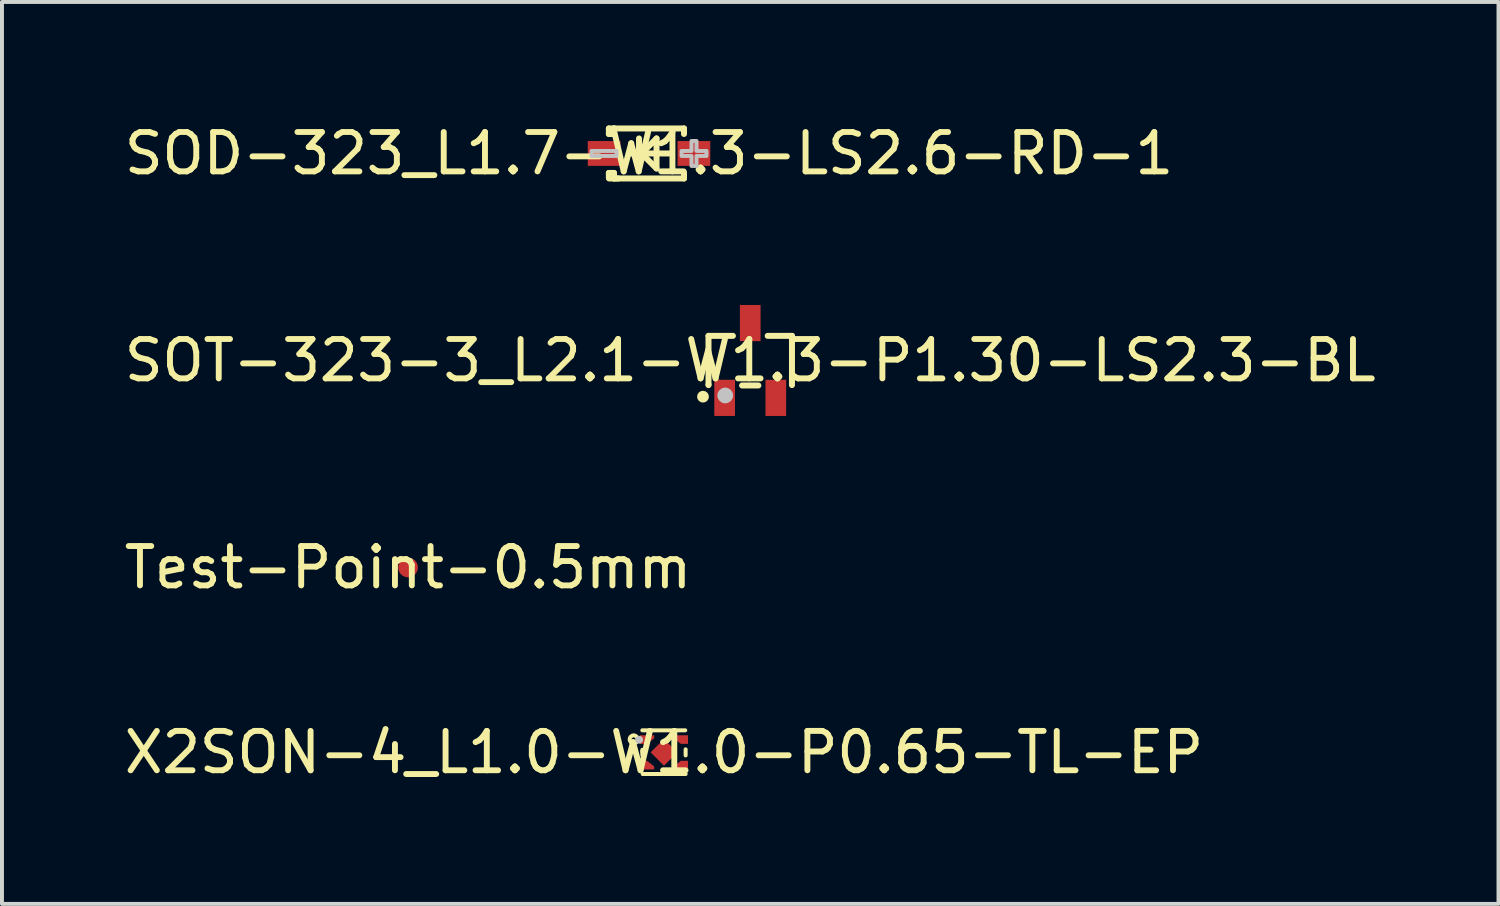
<source format=kicad_pcb>
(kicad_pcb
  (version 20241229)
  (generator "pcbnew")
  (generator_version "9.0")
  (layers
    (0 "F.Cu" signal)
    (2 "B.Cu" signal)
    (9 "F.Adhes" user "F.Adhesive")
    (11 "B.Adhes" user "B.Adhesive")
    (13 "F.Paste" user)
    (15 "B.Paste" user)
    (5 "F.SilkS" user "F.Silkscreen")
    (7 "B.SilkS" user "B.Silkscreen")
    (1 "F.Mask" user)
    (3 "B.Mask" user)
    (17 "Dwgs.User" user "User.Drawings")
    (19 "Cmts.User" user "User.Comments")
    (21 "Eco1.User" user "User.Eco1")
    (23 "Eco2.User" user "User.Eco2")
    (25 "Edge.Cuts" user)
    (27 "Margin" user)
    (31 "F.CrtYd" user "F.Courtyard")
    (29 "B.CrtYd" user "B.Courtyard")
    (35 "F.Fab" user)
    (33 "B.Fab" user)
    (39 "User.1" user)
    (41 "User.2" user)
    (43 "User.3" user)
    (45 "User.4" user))
  (footprint "Test-Point-0.5mm"
    (layer "F.Cu")
    (at 7.315 11.364)
    (property "Reference" "Test-Point-0.5mm" (at 0 0 0) (layer "F.SilkS") (effects (font (size 1 1) (thickness 0.15))))
    (pad "1" smd circle (at 0 0) (size 0.5 0.5) (layers "F.Cu" "F.Mask" "F.Paste")))
  (footprint "SOD-323_L1.7-W1.3-LS2.6-RD-1"
    (layer "F.Cu")
    (at 13.435 0.848)
    (property "Reference" "SOD-323_L1.7-W1.3-LS2.6-RD-1" (at 0 0 0) (layer "F.SilkS") (effects (font (size 1 1) (thickness 0.15))))
    (fp_line (start -1.02 -0.635) (end -1.02 -0.495) (stroke (width 0.152) (type default)) (layer "F.SilkS"))
    (fp_line (start -1.02 -0.495) (end -0.889 -0.495) (stroke (width 0.152) (type default)) (layer "F.SilkS"))
    (fp_line (start -1.02 0.495) (end -1.02 0.62) (stroke (width 0.152) (type default)) (layer "F.SilkS"))
    (fp_line (start -1.02 0.495) (end -0.889 0.495) (stroke (width 0.152) (type default)) (layer "F.SilkS"))
    (fp_line (start -0.889 -0.635) (end -1.02 -0.635) (stroke (width 0.152) (type default)) (layer "F.SilkS"))
    (fp_line (start -0.889 -0.635) (end -0.889 -0.595) (stroke (width 0.152) (type default)) (layer "F.SilkS"))
    (fp_line (start -0.889 -0.635) (end 0.889 -0.635) (stroke (width 0.152) (type default)) (layer "F.SilkS"))
    (fp_line (start -0.889 -0.495) (end -0.889 -0.635) (stroke (width 0.152) (type default)) (layer "F.SilkS"))
    (fp_line (start -0.889 0.595) (end -0.889 0.495) (stroke (width 0.152) (type default)) (layer "F.SilkS"))
    (fp_line (start -0.889 0.595) (end -0.889 0.635) (stroke (width 0.152) (type default)) (layer "F.SilkS"))
    (fp_line (start -0.889 0.635) (end 0.889 0.635) (stroke (width 0.152) (type default)) (layer "F.SilkS"))
    (fp_line (start -0.775 0.635) (end -1.014 0.635) (stroke (width 0.152) (type default)) (layer "F.SilkS"))
    (fp_line (start -0.254 -0.381) (end -0.254 0.381) (stroke (width 0.152) (type default)) (layer "F.SilkS"))
    (fp_line (start -0.191 0) (end 0.191 -0.381) (stroke (width 0.152) (type default)) (layer "F.SilkS"))
    (fp_line (start 0.191 -0.381) (end 0.191 0.381) (stroke (width 0.152) (type default)) (layer "F.SilkS"))
    (fp_line (start 0.191 0.381) (end -0.191 0) (stroke (width 0.152) (type default)) (layer "F.SilkS"))
    (fp_line (start 0.508 0) (end -0.508 0) (stroke (width 0.152) (type default)) (layer "F.SilkS"))
    (fp_line (start 0.889 -0.635) (end 0.889 -0.495) (stroke (width 0.152) (type default)) (layer "F.SilkS"))
    (fp_line (start 0.889 0.495) (end 0.889 0.635) (stroke (width 0.152) (type default)) (layer "F.SilkS"))
    (fp_poly (pts (xy -1.46 -0.064) (xy -1.46 0.064) (xy -0.826 0.064) (xy -0.826 -0.064)) (stroke (width 0.1) (type default)) (fill no) (layer "Dwgs.User"))
    (fp_poly (pts (xy 0.826 -0.064) (xy 0.826 0.064) (xy 1.079 0.064) (xy 1.079 0.318) (xy 1.206 0.318) (xy 1.206 0.064) (xy 1.46 0.064) (xy 1.46 -0.064) (xy 1.206 -0.064) (xy 1.206 -0.318) (xy 1.079 -0.318) (xy 1.079 -0.064)) (stroke (width 0.1) (type default)) (fill no) (layer "Dwgs.User"))
    (fp_poly (pts (xy -0.972 -0.16) (xy -0.972 0.16) (xy -0.812 0.16) (xy -0.812 -0.16)) (stroke (width 0.1) (type default)) (fill no) (layer "User.1"))
    (fp_poly (pts (xy -0.95 -0.163) (xy -0.95 0.163) (xy -1.3 0.163) (xy -1.3 -0.163)) (stroke (width 0.1) (type default)) (fill no) (layer "User.1"))
    (fp_poly (pts (xy 0.972 0.16) (xy 0.972 -0.16) (xy 0.812 -0.16) (xy 0.812 0.16)) (stroke (width 0.1) (type default)) (fill no) (layer "User.1"))
    (fp_poly (pts (xy 1.3 -0.163) (xy 1.3 0.163) (xy 0.95 0.163) (xy 0.95 -0.163)) (stroke (width 0.1) (type default)) (fill no) (layer "User.1"))
    (fp_line (start -0.85 -0.65) (end 0.85 -0.65) (stroke (width 0.051) (type default)) (layer "User.2"))
    (fp_line (start -0.85 0.65) (end -0.85 -0.65) (stroke (width 0.051) (type default)) (layer "User.2"))
    (fp_line (start 0.85 -0.65) (end 0.85 0.65) (stroke (width 0.051) (type default)) (layer "User.2"))
    (fp_line (start 0.85 0.65) (end -0.85 0.65) (stroke (width 0.051) (type default)) (layer "User.2"))
    (fp_poly (pts (xy -1.24 0.65) (xy -1.258 0.608) (xy -1.3 0.59) (xy -1.342 0.608) (xy -1.36 0.65) (xy -1.342 0.692) (xy -1.3 0.71) (xy -1.258 0.692)) (stroke (width 0.1) (type default)) (fill no) (layer "User.3"))
    (pad "1" smd rect (at -1.14 0 90) (size 0.63 0.83) (layers "F.Cu" "F.Mask" "F.Paste"))
    (pad "2" smd rect (at 1.14 0 90) (size 0.63 0.83) (layers "F.Cu" "F.Mask" "F.Paste")))
  (footprint "X2SON-4_L1.0-W1.0-P0.65-TL-EP"
    (layer "F.Cu")
    (at 13.815 16.06)
    (property "Reference" "X2SON-4_L1.0-W1.0-P0.65-TL-EP" (at 0 0 0) (layer "F.SilkS") (effects (font (size 1 1) (thickness 0.15))))
    (fp_line (start -0.55 -0.56) (end 0.54 -0.56) (stroke (width 0.102) (type default)) (layer "F.SilkS"))
    (fp_line (start -0.55 -0.02) (end -0.55 -0.065) (stroke (width 0.102) (type default)) (layer "F.SilkS"))
    (fp_line (start -0.55 -0.02) (end -0.55 0.065) (stroke (width 0.102) (type default)) (layer "F.SilkS"))
    (fp_line (start -0.37 0.55) (end -0.54 0.55) (stroke (width 0.102) (type default)) (layer "F.SilkS"))
    (fp_line (start -0.37 0.55) (end 0.55 0.55) (stroke (width 0.102) (type default)) (layer "F.SilkS"))
    (fp_line (start 0.55 -0.077) (end 0.55 0.077) (stroke (width 0.102) (type default)) (layer "F.SilkS"))
    (fp_circle (center -0.77 -0.33) (end -0.72 -0.33) (stroke (width 0.102) (type default)) (fill no) (layer "F.SilkS"))
    (fp_circle (center -0.63 -0.32) (end -0.58 -0.32) (stroke (width 0.1) (type default)) (fill no) (layer "Dwgs.User"))
    (fp_line (start 0.5 0.435) (end 0.49 0.435) (stroke (width 0.254) (type default)) (layer "User.1"))
    (fp_poly (pts (xy -0.34 0) (xy 0 -0.34) (xy 0.34 0) (xy 0 0.339)) (stroke (width 0.1) (type default)) (fill no) (layer "User.1"))
    (fp_poly (pts (xy -0.5 -0.425) (xy -0.5 -0.215) (xy -0.43 -0.215) (xy -0.25 -0.355) (xy -0.25 -0.435) (xy -0.5 -0.435)) (stroke (width 0.1) (type default)) (fill no) (layer "User.1"))
    (fp_poly (pts (xy 0.25 0.435) (xy 0.25 0.355) (xy 0.43 0.215) (xy 0.5 0.215) (xy 0.5 0.325) (xy 0.5 0.425) (xy 0.5 0.435)) (stroke (width 0.1) (type default)) (fill no) (layer "User.1"))
    (fp_poly (pts (xy 0.5 -0.435) (xy 0.5 -0.315) (xy 0.5 -0.215) (xy 0.43 -0.215) (xy 0.25 -0.355) (xy 0.25 -0.435) (xy 0.49 -0.435)) (stroke (width 0.1) (type default)) (fill no) (layer "User.1"))
    (fp_poly (pts (xy -0.5 0.415) (xy -0.5 0.335) (xy -0.5 0.215) (xy -0.43 0.215) (xy -0.25 0.355) (xy -0.25 0.435) (xy -0.5 0.435) (xy -0.5 0.425)) (stroke (width 0.1) (type default)) (fill no) (layer "User.1"))
    (fp_line (start -0.5 -0.5) (end 0.5 -0.5) (stroke (width 0.051) (type default)) (layer "User.2"))
    (fp_line (start -0.5 0.5) (end -0.5 -0.5) (stroke (width 0.051) (type default)) (layer "User.2"))
    (fp_line (start 0.5 -0.5) (end 0.5 0.5) (stroke (width 0.051) (type default)) (layer "User.2"))
    (fp_line (start 0.5 0.5) (end -0.5 0.5) (stroke (width 0.051) (type default)) (layer "User.2"))
    (fp_poly (pts (xy -0.44 -0.5) (xy -0.458 -0.542) (xy -0.5 -0.56) (xy -0.542 -0.542) (xy -0.56 -0.5) (xy -0.542 -0.458) (xy -0.5 -0.44) (xy -0.458 -0.458)) (stroke (width 0.1) (type default)) (fill no) (layer "User.3"))
    (pad "1" smd custom (at -0.43 -0.325) (size 0.000001 0.000001) (layers "F.Cu" "F.Mask" "F.Paste") (options (anchor circle)) (primitives (gr_poly (pts (xy -0.18 -0.11) (xy -0.18 0.11) (xy 0 0.11) (xy 0.18 -0.03) (xy 0.18 -0.11)) (width 0) (fill yes))))
    (pad "2" smd custom (at -0.43 0.325) (size 0.000001 0.000001) (layers "F.Cu" "F.Mask" "F.Paste") (options (anchor circle)) (primitives (gr_poly (pts (xy -0.18 0.11) (xy -0.18 -0.11) (xy 0 -0.11) (xy 0.18 0.03) (xy 0.18 0.11)) (width 0) (fill yes))))
    (pad "3" smd custom (at 0.43 0.325) (size 0.000001 0.000001) (layers "F.Cu" "F.Mask" "F.Paste") (options (anchor circle)) (primitives (gr_poly (pts (xy 0.18 0.11) (xy 0.18 -0.11) (xy 0 -0.11) (xy -0.18 0.03) (xy -0.18 0.11)) (width 0) (fill yes))))
    (pad "4" smd custom (at 0.43 -0.325) (size 0.000001 0.000001) (layers "F.Cu" "F.Mask" "F.Paste") (options (anchor circle)) (primitives (gr_poly (pts (xy 0.18 -0.11) (xy 0.18 0.11) (xy 0 0.11) (xy -0.18 -0.03) (xy -0.18 -0.11)) (width 0) (fill yes))))
    (pad "5" smd rect (at 0 0 45) (size 0.48 0.48) (layers "F.Cu" "F.Mask" "F.Paste")))
  (footprint "SOT-323-3_L2.1-W1.3-P1.30-LS2.3-BL"
    (layer "F.Cu")
    (at 16.006 6.106)
    (property "Reference" "SOT-323-3_L2.1-W1.3-P1.30-LS2.3-BL" (at 0 0 0) (layer "F.SilkS") (effects (font (size 1 1) (thickness 0.15))))
    (fp_line (start -1.06 -0.625) (end -1.06 0.615) (stroke (width 0.152) (type default)) (layer "F.SilkS"))
    (fp_line (start -1.06 0.615) (end -1.06 0.625) (stroke (width 0.152) (type default)) (layer "F.SilkS"))
    (fp_line (start -0.44 -0.625) (end -1.06 -0.625) (stroke (width 0.152) (type default)) (layer "F.SilkS"))
    (fp_line (start -0.207 0.635) (end 0.207 0.635) (stroke (width 0.152) (type default)) (layer "F.SilkS"))
    (fp_line (start 1.06 -0.625) (end 0.443 -0.625) (stroke (width 0.152) (type default)) (layer "F.SilkS"))
    (fp_line (start 1.06 -0.625) (end 1.06 0.625) (stroke (width 0.152) (type default)) (layer "F.SilkS"))
    (fp_circle (center -1.2 0.92) (end -1.125 0.92) (stroke (width 0.15) (type default)) (fill no) (layer "F.SilkS"))
    (fp_circle (center -0.635 0.889) (end -0.535 0.889) (stroke (width 0.2) (type default)) (fill no) (layer "Dwgs.User"))
    (fp_poly (pts (xy -0.5 0.795) (xy -0.5 0.62) (xy -0.8 0.62) (xy -0.8 0.795)) (stroke (width 0.1) (type default)) (fill no) (layer "User.1"))
    (fp_poly (pts (xy -0.5 1.15) (xy -0.5 0.785) (xy -0.8 0.785) (xy -0.8 1.15)) (stroke (width 0.1) (type default)) (fill no) (layer "User.1"))
    (fp_poly (pts (xy 0.15 -1.15) (xy 0.15 -0.785) (xy -0.15 -0.785) (xy -0.15 -1.15)) (stroke (width 0.1) (type default)) (fill no) (layer "User.1"))
    (fp_poly (pts (xy 0.15 -0.795) (xy 0.15 -0.62) (xy -0.15 -0.62) (xy -0.15 -0.795)) (stroke (width 0.1) (type default)) (fill no) (layer "User.1"))
    (fp_poly (pts (xy 0.8 0.795) (xy 0.8 0.62) (xy 0.5 0.62) (xy 0.5 0.795)) (stroke (width 0.1) (type default)) (fill no) (layer "User.1"))
    (fp_poly (pts (xy 0.8 1.15) (xy 0.8 0.785) (xy 0.5 0.785) (xy 0.5 1.15)) (stroke (width 0.1) (type default)) (fill no) (layer "User.1"))
    (fp_line (start -1.05 -0.625) (end -1.05 0.625) (stroke (width 0.051) (type default)) (layer "User.2"))
    (fp_line (start -1.05 0.625) (end 1.05 0.625) (stroke (width 0.051) (type default)) (layer "User.2"))
    (fp_line (start 1.05 -0.625) (end -1.05 -0.625) (stroke (width 0.051) (type default)) (layer "User.2"))
    (fp_line (start 1.05 0.625) (end 1.05 -0.625) (stroke (width 0.051) (type default)) (layer "User.2"))
    (fp_poly (pts (xy -0.99 1.15) (xy -1.008 1.108) (xy -1.05 1.09) (xy -1.092 1.108) (xy -1.11 1.15) (xy -1.092 1.192) (xy -1.05 1.21) (xy -1.008 1.192)) (stroke (width 0.1) (type default)) (fill no) (layer "User.3"))
    (pad "1" smd rect (at -0.65 0.95) (size 0.525 0.919) (layers "F.Cu" "F.Mask" "F.Paste"))
    (pad "2" smd rect (at 0.65 0.95) (size 0.525 0.919) (layers "F.Cu" "F.Mask" "F.Paste"))
    (pad "3" smd rect (at 0 -0.95) (size 0.525 0.919) (layers "F.Cu" "F.Mask" "F.Paste")))
  (gr_rect
    (start -3 -3)
    (end 35.012 19.909)
    (stroke (width 0.1) (type default))
    (fill no)
    (layer "Edge.Cuts")))
</source>
